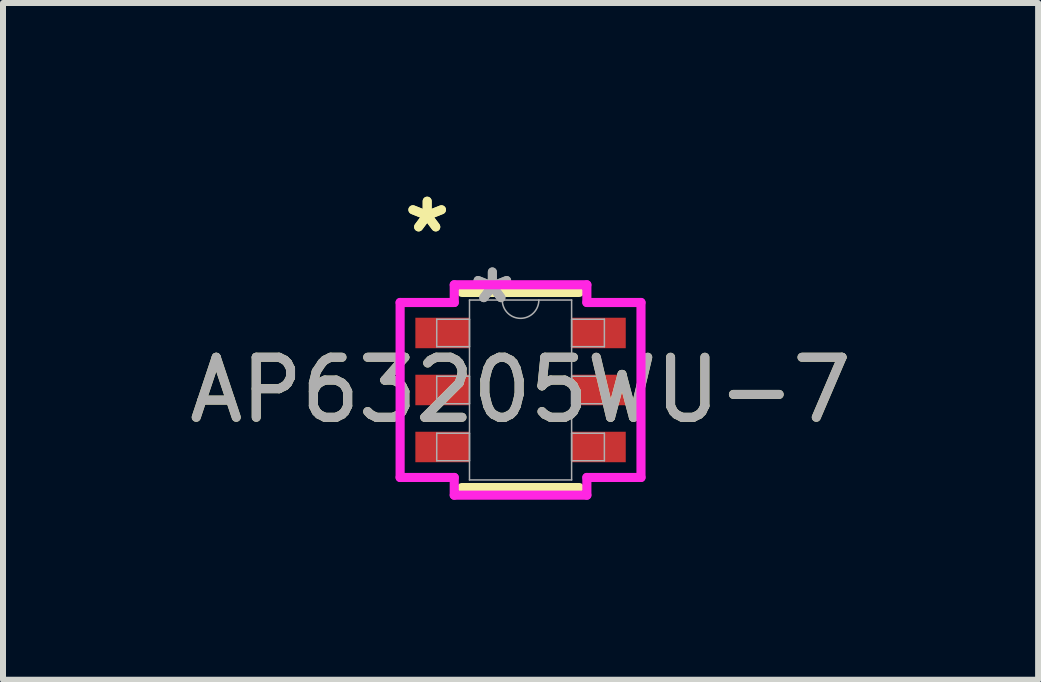
<source format=kicad_pcb>
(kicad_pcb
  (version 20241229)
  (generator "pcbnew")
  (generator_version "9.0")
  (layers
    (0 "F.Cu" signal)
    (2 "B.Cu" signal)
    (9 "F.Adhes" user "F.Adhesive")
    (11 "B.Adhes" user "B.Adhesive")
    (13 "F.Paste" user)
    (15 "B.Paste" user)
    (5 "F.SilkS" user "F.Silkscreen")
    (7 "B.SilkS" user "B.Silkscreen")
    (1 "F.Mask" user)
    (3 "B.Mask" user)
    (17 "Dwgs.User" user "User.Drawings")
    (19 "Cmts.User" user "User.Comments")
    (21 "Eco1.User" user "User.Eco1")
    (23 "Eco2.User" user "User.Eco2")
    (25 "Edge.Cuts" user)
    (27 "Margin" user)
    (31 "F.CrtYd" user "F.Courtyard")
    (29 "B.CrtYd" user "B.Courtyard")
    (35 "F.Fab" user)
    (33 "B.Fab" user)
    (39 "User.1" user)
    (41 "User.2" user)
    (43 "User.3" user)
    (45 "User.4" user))
  (footprint "AP63205WU-7"
    (layer "F.Cu")
    (at 5.625 3.449)
    (property "Reference" "AP63205WU-7" (at 0 0 0) (unlocked yes) (layer "F.SilkS") (effects (font (size 1 1) (thickness 0.15))))
    (attr smd)
    (fp_line (start -0.978 1.626) (end 0.978 1.626) (stroke (width 0.152) (type solid)) (layer "F.SilkS"))
    (fp_line (start 0.978 -1.626) (end -0.978 -1.626) (stroke (width 0.152) (type solid)) (layer "F.SilkS"))
    (fp_line (start -2.007 -1.458) (end -1.105 -1.458) (stroke (width 0.152) (type solid)) (layer "F.CrtYd"))
    (fp_line (start -2.007 1.458) (end -2.007 -1.458) (stroke (width 0.152) (type solid)) (layer "F.CrtYd"))
    (fp_line (start -2.007 1.458) (end -1.105 1.458) (stroke (width 0.152) (type solid)) (layer "F.CrtYd"))
    (fp_line (start -1.105 -1.753) (end 1.105 -1.753) (stroke (width 0.152) (type solid)) (layer "F.CrtYd"))
    (fp_line (start -1.105 -1.458) (end -1.105 -1.753) (stroke (width 0.152) (type solid)) (layer "F.CrtYd"))
    (fp_line (start -1.105 1.753) (end -1.105 1.458) (stroke (width 0.152) (type solid)) (layer "F.CrtYd"))
    (fp_line (start 1.105 -1.753) (end 1.105 -1.458) (stroke (width 0.152) (type solid)) (layer "F.CrtYd"))
    (fp_line (start 1.105 1.458) (end 1.105 1.753) (stroke (width 0.152) (type solid)) (layer "F.CrtYd"))
    (fp_line (start 1.105 1.753) (end -1.105 1.753) (stroke (width 0.152) (type solid)) (layer "F.CrtYd"))
    (fp_line (start 2.007 -1.458) (end 1.105 -1.458) (stroke (width 0.152) (type solid)) (layer "F.CrtYd"))
    (fp_line (start 2.007 -1.458) (end 2.007 1.458) (stroke (width 0.152) (type solid)) (layer "F.CrtYd"))
    (fp_line (start 2.007 1.458) (end 1.105 1.458) (stroke (width 0.152) (type solid)) (layer "F.CrtYd"))
    (fp_line (start -1.397 -1.179) (end -1.397 -0.721) (stroke (width 0.025) (type solid)) (layer "F.Fab"))
    (fp_line (start -1.397 -0.721) (end -0.851 -0.721) (stroke (width 0.025) (type solid)) (layer "F.Fab"))
    (fp_line (start -1.397 -0.229) (end -1.397 0.229) (stroke (width 0.025) (type solid)) (layer "F.Fab"))
    (fp_line (start -1.397 0.229) (end -0.851 0.229) (stroke (width 0.025) (type solid)) (layer "F.Fab"))
    (fp_line (start -1.397 0.721) (end -1.397 1.179) (stroke (width 0.025) (type solid)) (layer "F.Fab"))
    (fp_line (start -1.397 1.179) (end -0.851 1.179) (stroke (width 0.025) (type solid)) (layer "F.Fab"))
    (fp_line (start -0.851 -1.499) (end -0.851 1.499) (stroke (width 0.025) (type solid)) (layer "F.Fab"))
    (fp_line (start -0.851 -1.179) (end -1.397 -1.179) (stroke (width 0.025) (type solid)) (layer "F.Fab"))
    (fp_line (start -0.851 -0.721) (end -0.851 -1.179) (stroke (width 0.025) (type solid)) (layer "F.Fab"))
    (fp_line (start -0.851 -0.229) (end -1.397 -0.229) (stroke (width 0.025) (type solid)) (layer "F.Fab"))
    (fp_line (start -0.851 0.229) (end -0.851 -0.229) (stroke (width 0.025) (type solid)) (layer "F.Fab"))
    (fp_line (start -0.851 0.721) (end -1.397 0.721) (stroke (width 0.025) (type solid)) (layer "F.Fab"))
    (fp_line (start -0.851 1.179) (end -0.851 0.721) (stroke (width 0.025) (type solid)) (layer "F.Fab"))
    (fp_line (start -0.851 1.499) (end 0.851 1.499) (stroke (width 0.025) (type solid)) (layer "F.Fab"))
    (fp_line (start 0.851 -1.499) (end -0.851 -1.499) (stroke (width 0.025) (type solid)) (layer "F.Fab"))
    (fp_line (start 0.851 -1.179) (end 0.851 -0.721) (stroke (width 0.025) (type solid)) (layer "F.Fab"))
    (fp_line (start 0.851 -0.721) (end 1.397 -0.721) (stroke (width 0.025) (type solid)) (layer "F.Fab"))
    (fp_line (start 0.851 -0.229) (end 0.851 0.229) (stroke (width 0.025) (type solid)) (layer "F.Fab"))
    (fp_line (start 0.851 0.229) (end 1.397 0.229) (stroke (width 0.025) (type solid)) (layer "F.Fab"))
    (fp_line (start 0.851 0.721) (end 0.851 1.179) (stroke (width 0.025) (type solid)) (layer "F.Fab"))
    (fp_line (start 0.851 1.179) (end 1.397 1.179) (stroke (width 0.025) (type solid)) (layer "F.Fab"))
    (fp_line (start 0.851 1.499) (end 0.851 -1.499) (stroke (width 0.025) (type solid)) (layer "F.Fab"))
    (fp_line (start 1.397 -1.179) (end 0.851 -1.179) (stroke (width 0.025) (type solid)) (layer "F.Fab"))
    (fp_line (start 1.397 -0.721) (end 1.397 -1.179) (stroke (width 0.025) (type solid)) (layer "F.Fab"))
    (fp_line (start 1.397 -0.229) (end 0.851 -0.229) (stroke (width 0.025) (type solid)) (layer "F.Fab"))
    (fp_line (start 1.397 0.229) (end 1.397 -0.229) (stroke (width 0.025) (type solid)) (layer "F.Fab"))
    (fp_line (start 1.397 0.721) (end 0.851 0.721) (stroke (width 0.025) (type solid)) (layer "F.Fab"))
    (fp_line (start 1.397 1.179) (end 1.397 0.721) (stroke (width 0.025) (type solid)) (layer "F.Fab"))
    (fp_arc (start 0.3048 -1.4986) (mid 0 -1.1938) (end -0.3048 -1.4986) (stroke (width 0.0254) (type solid)) (layer "F.Fab"))
    (fp_text user "*" (at -1.556 -2.601 0) (layer "F.SilkS") (effects (font (size 1 1) (thickness 0.15))))
    (fp_text user "*" (at -1.556 -2.601 0) (unlocked yes) (layer "F.SilkS") (effects (font (size 1 1) (thickness 0.15))))
    (fp_text user "${REFERENCE}" (at 0 0 0) (unlocked yes) (layer "F.Fab") (effects (font (size 1 1) (thickness 0.15))))
    (fp_text user "*" (at -0.47 -1.422 0) (unlocked yes) (layer "F.Fab") (effects (font (size 1 1) (thickness 0.15))))
    (fp_text user "*" (at -0.47 -1.422 0) (layer "F.Fab") (effects (font (size 1 1) (thickness 0.15))))
    (pad "1" smd rect (at -1.302 -0.95) (size 0.902 0.508) (layers "F.Cu" "F.Mask" "F.Paste"))
    (pad "2" smd rect (at -1.302 0) (size 0.902 0.508) (layers "F.Cu" "F.Mask" "F.Paste"))
    (pad "3" smd rect (at -1.302 0.95) (size 0.902 0.508) (layers "F.Cu" "F.Mask" "F.Paste"))
    (pad "4" smd rect (at 1.302 0.95) (size 0.902 0.508) (layers "F.Cu" "F.Mask" "F.Paste"))
    (pad "5" smd rect (at 1.302 0) (size 0.902 0.508) (layers "F.Cu" "F.Mask" "F.Paste"))
    (pad "6" smd rect (at 1.302 -0.95) (size 0.902 0.508) (layers "F.Cu" "F.Mask" "F.Paste")))
  (gr_rect
    (start -3 -3)
    (end 14.25 8.278)
    (stroke (width 0.1) (type default))
    (fill no)
    (layer "Edge.Cuts")))
</source>
